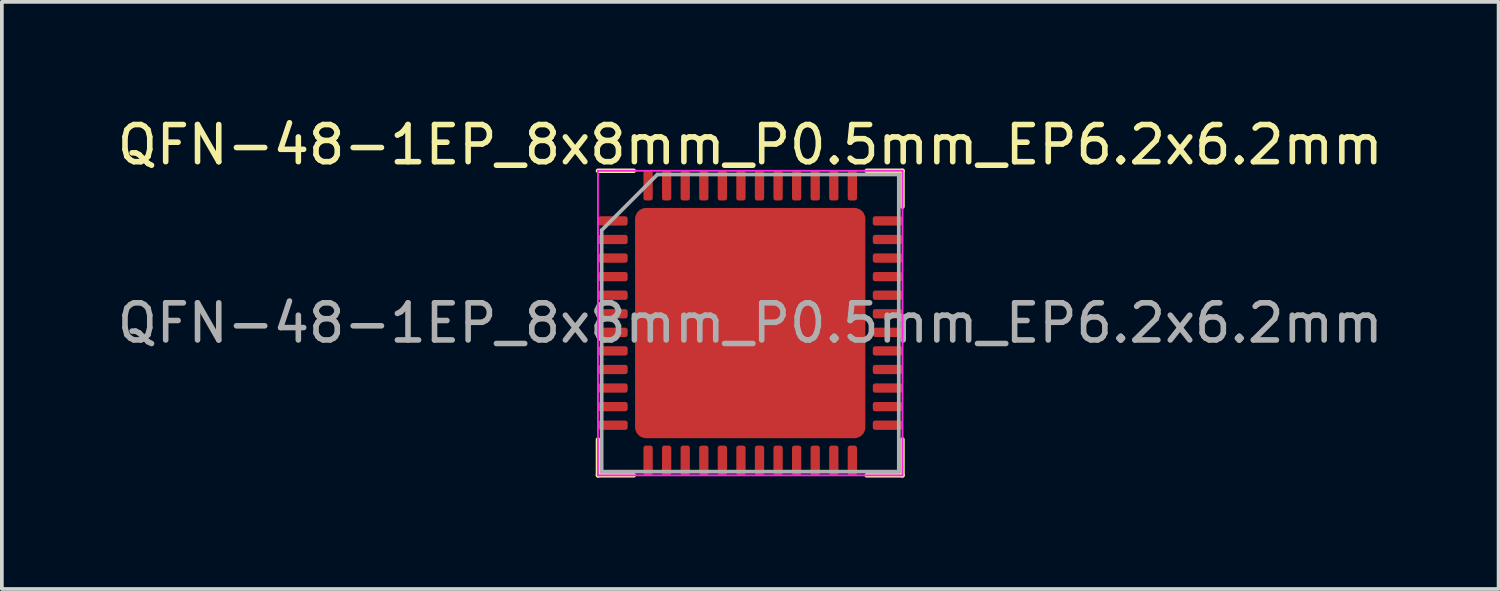
<source format=kicad_pcb>
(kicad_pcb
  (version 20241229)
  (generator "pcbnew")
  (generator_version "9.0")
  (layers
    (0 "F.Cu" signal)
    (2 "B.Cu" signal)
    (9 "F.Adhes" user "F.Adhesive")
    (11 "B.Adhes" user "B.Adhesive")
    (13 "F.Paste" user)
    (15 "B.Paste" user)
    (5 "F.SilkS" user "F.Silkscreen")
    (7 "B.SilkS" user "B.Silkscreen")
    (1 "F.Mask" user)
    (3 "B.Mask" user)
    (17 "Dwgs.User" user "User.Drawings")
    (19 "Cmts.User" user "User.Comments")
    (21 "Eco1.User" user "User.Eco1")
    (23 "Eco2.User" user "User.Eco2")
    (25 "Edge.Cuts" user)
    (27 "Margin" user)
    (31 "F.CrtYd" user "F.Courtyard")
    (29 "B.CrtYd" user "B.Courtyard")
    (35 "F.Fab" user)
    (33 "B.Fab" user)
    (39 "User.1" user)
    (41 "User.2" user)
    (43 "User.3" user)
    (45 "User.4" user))
  (footprint "QFN-48-1EP_8x8mm_P0.5mm_EP6.2x6.2mm"
    (layer "F.Cu")
    (at 17.149 5.648)
    (property "Reference" "QFN-48-1EP_8x8mm_P0.5mm_EP6.2x6.2mm" (at 0 -4.8 0) (layer "F.SilkS") (effects (font (size 1 1) (thickness 0.15))))
    (attr smd)
    (fp_line (start -4.1 4.1) (end -4.1 3.135) (stroke (width 0.12) (type solid)) (layer "F.SilkS"))
    (fp_line (start -3.135 -4.1) (end -4.1 -4.1) (stroke (width 0.12) (type solid)) (layer "F.SilkS"))
    (fp_line (start -3.135 4.1) (end -4.1 4.1) (stroke (width 0.12) (type solid)) (layer "F.SilkS"))
    (fp_line (start 3.135 -4.1) (end 4.1 -4.1) (stroke (width 0.12) (type solid)) (layer "F.SilkS"))
    (fp_line (start 3.135 4.1) (end 4.1 4.1) (stroke (width 0.12) (type solid)) (layer "F.SilkS"))
    (fp_line (start 4.1 -4.1) (end 4.1 -3.135) (stroke (width 0.12) (type solid)) (layer "F.SilkS"))
    (fp_line (start 4.1 4.1) (end 4.1 3.135) (stroke (width 0.12) (type solid)) (layer "F.SilkS"))
    (fp_line (start -4.1 -4.1) (end -4.1 4.1) (stroke (width 0.05) (type solid)) (layer "F.CrtYd"))
    (fp_line (start -4.1 4.1) (end 4.1 4.1) (stroke (width 0.05) (type solid)) (layer "F.CrtYd"))
    (fp_line (start 4.1 -4.1) (end -4.1 -4.1) (stroke (width 0.05) (type solid)) (layer "F.CrtYd"))
    (fp_line (start 4.1 4.1) (end 4.1 -4.1) (stroke (width 0.05) (type solid)) (layer "F.CrtYd"))
    (fp_line (start -4 -2.5) (end -2.5 -4) (stroke (width 0.1) (type solid)) (layer "F.Fab"))
    (fp_line (start -4 4) (end -4 -2.5) (stroke (width 0.1) (type solid)) (layer "F.Fab"))
    (fp_line (start -2.5 -4) (end 4 -4) (stroke (width 0.1) (type solid)) (layer "F.Fab"))
    (fp_line (start 4 -4) (end 4 4) (stroke (width 0.1) (type solid)) (layer "F.Fab"))
    (fp_line (start 4 4) (end -4 4) (stroke (width 0.1) (type solid)) (layer "F.Fab"))
    (fp_text user "${REFERENCE}" (at 0 0 0) (layer "F.Fab") (effects (font (size 1 1) (thickness 0.15))))
    (pad "" smd roundrect (at -1.98 -1.98) (size 1.07 1.07) (layers "F.Paste") (roundrect_rratio 0.234))
    (pad "" smd roundrect (at -1.98 -0.66) (size 1.07 1.07) (layers "F.Paste") (roundrect_rratio 0.234))
    (pad "" smd roundrect (at -1.98 0.66) (size 1.07 1.07) (layers "F.Paste") (roundrect_rratio 0.234))
    (pad "" smd roundrect (at -1.98 1.98) (size 1.07 1.07) (layers "F.Paste") (roundrect_rratio 0.234))
    (pad "" smd roundrect (at -0.66 -1.98) (size 1.07 1.07) (layers "F.Paste") (roundrect_rratio 0.234))
    (pad "" smd roundrect (at -0.66 -0.66) (size 1.07 1.07) (layers "F.Paste") (roundrect_rratio 0.234))
    (pad "" smd roundrect (at -0.66 0.66) (size 1.07 1.07) (layers "F.Paste") (roundrect_rratio 0.234))
    (pad "" smd roundrect (at -0.66 1.98) (size 1.07 1.07) (layers "F.Paste") (roundrect_rratio 0.234))
    (pad "" smd roundrect (at 0.66 -1.98) (size 1.07 1.07) (layers "F.Paste") (roundrect_rratio 0.234))
    (pad "" smd roundrect (at 0.66 -0.66) (size 1.07 1.07) (layers "F.Paste") (roundrect_rratio 0.234))
    (pad "" smd roundrect (at 0.66 0.66) (size 1.07 1.07) (layers "F.Paste") (roundrect_rratio 0.234))
    (pad "" smd roundrect (at 0.66 1.98) (size 1.07 1.07) (layers "F.Paste") (roundrect_rratio 0.234))
    (pad "" smd roundrect (at 1.98 -1.98) (size 1.07 1.07) (layers "F.Paste") (roundrect_rratio 0.234))
    (pad "" smd roundrect (at 1.98 -0.66) (size 1.07 1.07) (layers "F.Paste") (roundrect_rratio 0.234))
    (pad "" smd roundrect (at 1.98 0.66) (size 1.07 1.07) (layers "F.Paste") (roundrect_rratio 0.234))
    (pad "" smd roundrect (at 1.98 1.98) (size 1.07 1.07) (layers "F.Paste") (roundrect_rratio 0.234))
    (pad "1" smd roundrect (at -3.7 -2.75) (size 0.8 0.25) (layers "F.Cu" "F.Mask" "F.Paste") (roundrect_rratio 0.25))
    (pad "2" smd roundrect (at -3.7 -2.25) (size 0.8 0.25) (layers "F.Cu" "F.Mask" "F.Paste") (roundrect_rratio 0.25))
    (pad "3" smd roundrect (at -3.7 -1.75) (size 0.8 0.25) (layers "F.Cu" "F.Mask" "F.Paste") (roundrect_rratio 0.25))
    (pad "4" smd roundrect (at -3.7 -1.25) (size 0.8 0.25) (layers "F.Cu" "F.Mask" "F.Paste") (roundrect_rratio 0.25))
    (pad "5" smd roundrect (at -3.7 -0.75) (size 0.8 0.25) (layers "F.Cu" "F.Mask" "F.Paste") (roundrect_rratio 0.25))
    (pad "6" smd roundrect (at -3.7 -0.25) (size 0.8 0.25) (layers "F.Cu" "F.Mask" "F.Paste") (roundrect_rratio 0.25))
    (pad "7" smd roundrect (at -3.7 0.25) (size 0.8 0.25) (layers "F.Cu" "F.Mask" "F.Paste") (roundrect_rratio 0.25))
    (pad "8" smd roundrect (at -3.7 0.75) (size 0.8 0.25) (layers "F.Cu" "F.Mask" "F.Paste") (roundrect_rratio 0.25))
    (pad "9" smd roundrect (at -3.7 1.25) (size 0.8 0.25) (layers "F.Cu" "F.Mask" "F.Paste") (roundrect_rratio 0.25))
    (pad "10" smd roundrect (at -3.7 1.75) (size 0.8 0.25) (layers "F.Cu" "F.Mask" "F.Paste") (roundrect_rratio 0.25))
    (pad "11" smd roundrect (at -3.7 2.25) (size 0.8 0.25) (layers "F.Cu" "F.Mask" "F.Paste") (roundrect_rratio 0.25))
    (pad "12" smd roundrect (at -3.7 2.75) (size 0.8 0.25) (layers "F.Cu" "F.Mask" "F.Paste") (roundrect_rratio 0.25))
    (pad "13" smd roundrect (at -2.75 3.7) (size 0.25 0.8) (layers "F.Cu" "F.Mask" "F.Paste") (roundrect_rratio 0.25))
    (pad "14" smd roundrect (at -2.25 3.7) (size 0.25 0.8) (layers "F.Cu" "F.Mask" "F.Paste") (roundrect_rratio 0.25))
    (pad "15" smd roundrect (at -1.75 3.7) (size 0.25 0.8) (layers "F.Cu" "F.Mask" "F.Paste") (roundrect_rratio 0.25))
    (pad "16" smd roundrect (at -1.25 3.7) (size 0.25 0.8) (layers "F.Cu" "F.Mask" "F.Paste") (roundrect_rratio 0.25))
    (pad "17" smd roundrect (at -0.75 3.7) (size 0.25 0.8) (layers "F.Cu" "F.Mask" "F.Paste") (roundrect_rratio 0.25))
    (pad "18" smd roundrect (at -0.25 3.7) (size 0.25 0.8) (layers "F.Cu" "F.Mask" "F.Paste") (roundrect_rratio 0.25))
    (pad "19" smd roundrect (at 0.25 3.7) (size 0.25 0.8) (layers "F.Cu" "F.Mask" "F.Paste") (roundrect_rratio 0.25))
    (pad "20" smd roundrect (at 0.75 3.7) (size 0.25 0.8) (layers "F.Cu" "F.Mask" "F.Paste") (roundrect_rratio 0.25))
    (pad "21" smd roundrect (at 1.25 3.7) (size 0.25 0.8) (layers "F.Cu" "F.Mask" "F.Paste") (roundrect_rratio 0.25))
    (pad "22" smd roundrect (at 1.75 3.7) (size 0.25 0.8) (layers "F.Cu" "F.Mask" "F.Paste") (roundrect_rratio 0.25))
    (pad "23" smd roundrect (at 2.25 3.7) (size 0.25 0.8) (layers "F.Cu" "F.Mask" "F.Paste") (roundrect_rratio 0.25))
    (pad "24" smd roundrect (at 2.75 3.7) (size 0.25 0.8) (layers "F.Cu" "F.Mask" "F.Paste") (roundrect_rratio 0.25))
    (pad "25" smd roundrect (at 3.7 2.75) (size 0.8 0.25) (layers "F.Cu" "F.Mask" "F.Paste") (roundrect_rratio 0.25))
    (pad "26" smd roundrect (at 3.7 2.25) (size 0.8 0.25) (layers "F.Cu" "F.Mask" "F.Paste") (roundrect_rratio 0.25))
    (pad "27" smd roundrect (at 3.7 1.75) (size 0.8 0.25) (layers "F.Cu" "F.Mask" "F.Paste") (roundrect_rratio 0.25))
    (pad "28" smd roundrect (at 3.7 1.25) (size 0.8 0.25) (layers "F.Cu" "F.Mask" "F.Paste") (roundrect_rratio 0.25))
    (pad "29" smd roundrect (at 3.7 0.75) (size 0.8 0.25) (layers "F.Cu" "F.Mask" "F.Paste") (roundrect_rratio 0.25))
    (pad "30" smd roundrect (at 3.7 0.25) (size 0.8 0.25) (layers "F.Cu" "F.Mask" "F.Paste") (roundrect_rratio 0.25))
    (pad "31" smd roundrect (at 3.7 -0.25) (size 0.8 0.25) (layers "F.Cu" "F.Mask" "F.Paste") (roundrect_rratio 0.25))
    (pad "32" smd roundrect (at 3.7 -0.75) (size 0.8 0.25) (layers "F.Cu" "F.Mask" "F.Paste") (roundrect_rratio 0.25))
    (pad "33" smd roundrect (at 3.7 -1.25) (size 0.8 0.25) (layers "F.Cu" "F.Mask" "F.Paste") (roundrect_rratio 0.25))
    (pad "34" smd roundrect (at 3.7 -1.75) (size 0.8 0.25) (layers "F.Cu" "F.Mask" "F.Paste") (roundrect_rratio 0.25))
    (pad "35" smd roundrect (at 3.7 -2.25) (size 0.8 0.25) (layers "F.Cu" "F.Mask" "F.Paste") (roundrect_rratio 0.25))
    (pad "36" smd roundrect (at 3.7 -2.75) (size 0.8 0.25) (layers "F.Cu" "F.Mask" "F.Paste") (roundrect_rratio 0.25))
    (pad "37" smd roundrect (at 2.75 -3.7) (size 0.25 0.8) (layers "F.Cu" "F.Mask" "F.Paste") (roundrect_rratio 0.25))
    (pad "38" smd roundrect (at 2.25 -3.7) (size 0.25 0.8) (layers "F.Cu" "F.Mask" "F.Paste") (roundrect_rratio 0.25))
    (pad "39" smd roundrect (at 1.75 -3.7) (size 0.25 0.8) (layers "F.Cu" "F.Mask" "F.Paste") (roundrect_rratio 0.25))
    (pad "40" smd roundrect (at 1.25 -3.7) (size 0.25 0.8) (layers "F.Cu" "F.Mask" "F.Paste") (roundrect_rratio 0.25))
    (pad "41" smd roundrect (at 0.75 -3.7) (size 0.25 0.8) (layers "F.Cu" "F.Mask" "F.Paste") (roundrect_rratio 0.25))
    (pad "42" smd roundrect (at 0.25 -3.7) (size 0.25 0.8) (layers "F.Cu" "F.Mask" "F.Paste") (roundrect_rratio 0.25))
    (pad "43" smd roundrect (at -0.25 -3.7) (size 0.25 0.8) (layers "F.Cu" "F.Mask" "F.Paste") (roundrect_rratio 0.25))
    (pad "44" smd roundrect (at -0.75 -3.7) (size 0.25 0.8) (layers "F.Cu" "F.Mask" "F.Paste") (roundrect_rratio 0.25))
    (pad "45" smd roundrect (at -1.25 -3.7) (size 0.25 0.8) (layers "F.Cu" "F.Mask" "F.Paste") (roundrect_rratio 0.25))
    (pad "46" smd roundrect (at -1.75 -3.7) (size 0.25 0.8) (layers "F.Cu" "F.Mask" "F.Paste") (roundrect_rratio 0.25))
    (pad "47" smd roundrect (at -2.25 -3.7) (size 0.25 0.8) (layers "F.Cu" "F.Mask" "F.Paste") (roundrect_rratio 0.25))
    (pad "48" smd roundrect (at -2.75 -3.7) (size 0.25 0.8) (layers "F.Cu" "F.Mask" "F.Paste") (roundrect_rratio 0.25))
    (pad "49" smd roundrect (at 0 0) (size 6.2 6.2) (layers "F.Cu" "F.Mask") (roundrect_rratio 0.047)))
  (gr_rect
    (start -3 -3)
    (end 37.298 12.808)
    (stroke (width 0.1) (type default))
    (fill no)
    (layer "Edge.Cuts")))
</source>
